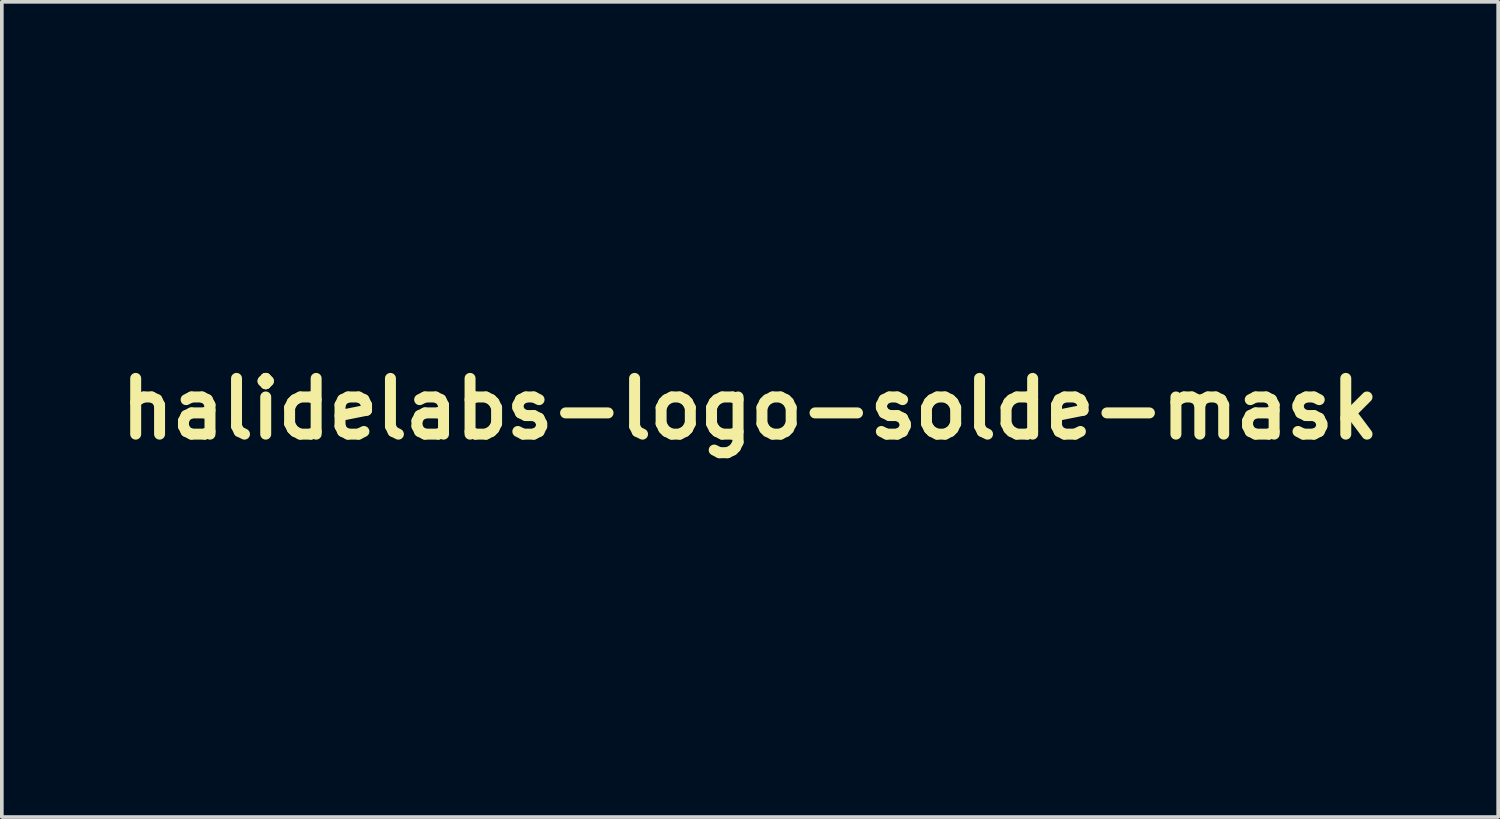
<source format=kicad_pcb>
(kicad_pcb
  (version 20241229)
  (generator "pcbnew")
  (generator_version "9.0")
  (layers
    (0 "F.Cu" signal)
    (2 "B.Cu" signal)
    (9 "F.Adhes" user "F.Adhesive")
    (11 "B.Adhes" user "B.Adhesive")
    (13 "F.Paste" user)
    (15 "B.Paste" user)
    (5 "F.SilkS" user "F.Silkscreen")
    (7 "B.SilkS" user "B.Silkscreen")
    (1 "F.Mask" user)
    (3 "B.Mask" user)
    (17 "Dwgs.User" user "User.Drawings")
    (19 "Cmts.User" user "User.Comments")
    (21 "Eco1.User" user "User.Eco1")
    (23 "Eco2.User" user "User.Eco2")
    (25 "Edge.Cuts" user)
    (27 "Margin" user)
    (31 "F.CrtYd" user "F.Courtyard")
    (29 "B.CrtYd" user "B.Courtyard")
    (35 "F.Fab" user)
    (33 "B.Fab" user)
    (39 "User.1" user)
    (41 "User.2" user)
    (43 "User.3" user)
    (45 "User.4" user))
  (footprint "halidelabs-logo-solde-mask"
    (layer "F.Cu")
    (at 17.461 8.133)
    (property "Reference" "halidelabs-logo-solde-mask" (at 0 0 0) (layer "F.SilkS") (effects (font (size 1.524 1.524) (thickness 0.3))))
    (attr through_hole)
    (fp_poly (pts (xy -2.896 8.128) (xy -3.505 8.128) (xy -3.505 5.918) (xy -2.896 5.918) (xy -2.896 8.128)) (stroke (width 0.01) (type solid)) (fill yes) (layer "F.Mask"))
    (fp_poly (pts (xy -9.525 6.223) (xy -8.28 6.223) (xy -8.28 4.953) (xy -7.62 4.953) (xy -7.62 8.128) (xy -8.28 8.128) (xy -8.28 6.858) (xy -9.525 6.858) (xy -9.525 8.128) (xy -10.16 8.128) (xy -10.16 4.953) (xy -9.525 4.953) (xy -9.525 6.223)) (stroke (width 0.01) (type solid)) (fill yes) (layer "F.Mask"))
    (fp_poly (pts (xy -3.107 4.964) (xy -3.001 5.011) (xy -2.919 5.102) (xy -2.893 5.148) (xy -2.857 5.274) (xy -2.868 5.394) (xy -2.923 5.499) (xy -3.018 5.581) (xy -3.064 5.604) (xy -3.176 5.635) (xy -3.281 5.625) (xy -3.346 5.601) (xy -3.438 5.535) (xy -3.501 5.433) (xy -3.53 5.306) (xy -3.531 5.276) (xy -3.524 5.191) (xy -3.497 5.126) (xy -3.447 5.064) (xy -3.379 5.002) (xy -3.307 4.971) (xy -3.24 4.959) (xy -3.107 4.964)) (stroke (width 0.01) (type solid)) (fill yes) (layer "F.Mask"))
    (fp_poly (pts (xy 2.821 6.026) (xy 2.821 6.337) (xy 2.822 6.601) (xy 2.824 6.822) (xy 2.827 7.005) (xy 2.831 7.153) (xy 2.837 7.27) (xy 2.845 7.36) (xy 2.856 7.428) (xy 2.869 7.477) (xy 2.885 7.511) (xy 2.905 7.535) (xy 2.928 7.552) (xy 2.946 7.562) (xy 3.004 7.578) (xy 3.1 7.589) (xy 3.219 7.594) (xy 3.243 7.594) (xy 3.475 7.595) (xy 3.491 7.791) (xy 3.5 7.896) (xy 3.509 7.989) (xy 3.517 8.051) (xy 3.518 8.056) (xy 3.513 8.117) (xy 3.489 8.138) (xy 3.437 8.148) (xy 3.346 8.153) (xy 3.227 8.155) (xy 3.094 8.153) (xy 2.958 8.148) (xy 2.83 8.141) (xy 2.723 8.132) (xy 2.648 8.12) (xy 2.63 8.116) (xy 2.524 8.069) (xy 2.443 8.009) (xy 2.374 7.922) (xy 2.311 7.81) (xy 2.223 7.634) (xy 2.215 6.167) (xy 2.207 4.699) (xy 2.819 4.699) (xy 2.821 6.026)) (stroke (width 0.01) (type solid)) (fill yes) (layer "F.Mask"))
    (fp_poly (pts (xy -4.42 6.087) (xy -4.417 6.387) (xy -4.414 6.64) (xy -4.411 6.851) (xy -4.409 7.023) (xy -4.406 7.161) (xy -4.402 7.269) (xy -4.398 7.351) (xy -4.392 7.411) (xy -4.386 7.453) (xy -4.379 7.482) (xy -4.37 7.501) (xy -4.359 7.515) (xy -4.359 7.515) (xy -4.319 7.549) (xy -4.263 7.572) (xy -4.183 7.588) (xy -4.067 7.598) (xy -3.962 7.603) (xy -3.772 7.61) (xy -3.751 7.86) (xy -3.743 7.982) (xy -3.742 8.062) (xy -3.748 8.109) (xy -3.763 8.131) (xy -3.764 8.132) (xy -3.805 8.141) (xy -3.886 8.147) (xy -3.994 8.151) (xy -4.121 8.151) (xy -4.253 8.149) (xy -4.381 8.144) (xy -4.492 8.137) (xy -4.576 8.128) (xy -4.617 8.119) (xy -4.761 8.041) (xy -4.876 7.921) (xy -4.962 7.76) (xy -5.018 7.558) (xy -5.03 7.478) (xy -5.036 7.403) (xy -5.041 7.281) (xy -5.045 7.115) (xy -5.048 6.911) (xy -5.05 6.67) (xy -5.05 6.397) (xy -5.05 6.096) (xy -5.049 5.994) (xy -5.042 4.712) (xy -4.432 4.712) (xy -4.42 6.087)) (stroke (width 0.01) (type solid)) (fill yes) (layer "F.Mask"))
    (fp_poly (pts (xy -0.356 8.128) (xy -0.962 8.128) (xy -0.978 7.949) (xy -1.067 8.01) (xy -1.229 8.092) (xy -1.415 8.14) (xy -1.614 8.152) (xy -1.81 8.126) (xy -1.866 8.111) (xy -2.065 8.025) (xy -2.237 7.898) (xy -2.379 7.736) (xy -2.487 7.544) (xy -2.558 7.325) (xy -2.589 7.085) (xy -2.591 7.023) (xy -2.586 6.964) (xy -1.982 6.964) (xy -1.979 7.12) (xy -1.944 7.269) (xy -1.879 7.398) (xy -1.822 7.463) (xy -1.697 7.545) (xy -1.551 7.585) (xy -1.394 7.58) (xy -1.339 7.568) (xy -1.217 7.51) (xy -1.111 7.415) (xy -1.034 7.297) (xy -1.029 7.283) (xy -0.996 7.154) (xy -0.987 7.004) (xy -1.002 6.857) (xy -1.029 6.763) (xy -1.106 6.634) (xy -1.213 6.538) (xy -1.342 6.479) (xy -1.482 6.457) (xy -1.625 6.475) (xy -1.759 6.537) (xy -1.806 6.572) (xy -1.895 6.678) (xy -1.954 6.813) (xy -1.982 6.964) (xy -2.586 6.964) (xy -2.569 6.773) (xy -2.506 6.546) (xy -2.403 6.346) (xy -2.262 6.176) (xy -2.086 6.04) (xy -1.986 5.986) (xy -1.9 5.948) (xy -1.827 5.924) (xy -1.751 5.911) (xy -1.654 5.906) (xy -1.572 5.906) (xy -1.455 5.907) (xy -1.371 5.913) (xy -1.302 5.928) (xy -1.232 5.956) (xy -1.146 5.998) (xy -0.965 6.091) (xy -0.965 4.928) (xy -0.356 4.928) (xy -0.356 8.128)) (stroke (width 0.01) (type solid)) (fill yes) (layer "F.Mask"))
    (fp_poly (pts (xy 6.624 5.517) (xy 6.63 6.094) (xy 6.722 6.031) (xy 6.893 5.945) (xy 7.081 5.901) (xy 7.278 5.897) (xy 7.477 5.932) (xy 7.668 6.005) (xy 7.842 6.114) (xy 7.964 6.228) (xy 8.067 6.369) (xy 8.153 6.543) (xy 8.215 6.731) (xy 8.238 6.845) (xy 8.249 7.074) (xy 8.219 7.296) (xy 8.152 7.507) (xy 8.051 7.698) (xy 7.921 7.863) (xy 7.763 7.995) (xy 7.601 8.079) (xy 7.498 8.109) (xy 7.37 8.131) (xy 7.234 8.144) (xy 7.105 8.148) (xy 7 8.14) (xy 6.959 8.131) (xy 6.868 8.094) (xy 6.771 8.046) (xy 6.693 7.996) (xy 6.674 7.981) (xy 6.645 7.96) (xy 6.632 7.972) (xy 6.629 8.025) (xy 6.629 8.036) (xy 6.629 8.13) (xy 6.318 8.122) (xy 6.007 8.115) (xy 6.007 7.077) (xy 6.629 7.077) (xy 6.657 7.225) (xy 6.716 7.359) (xy 6.803 7.468) (xy 6.916 7.545) (xy 6.947 7.557) (xy 7.068 7.588) (xy 7.179 7.588) (xy 7.271 7.568) (xy 7.405 7.506) (xy 7.509 7.405) (xy 7.582 7.271) (xy 7.619 7.108) (xy 7.623 7.023) (xy 7.616 6.916) (xy 7.597 6.812) (xy 7.581 6.761) (xy 7.507 6.637) (xy 7.403 6.544) (xy 7.28 6.485) (xy 7.146 6.459) (xy 7.01 6.469) (xy 6.884 6.517) (xy 6.776 6.603) (xy 6.749 6.636) (xy 6.673 6.773) (xy 6.634 6.923) (xy 6.629 7.077) (xy 6.007 7.077) (xy 6.007 4.94) (xy 6.617 4.94) (xy 6.624 5.517)) (stroke (width 0.01) (type solid)) (fill yes) (layer "F.Mask"))
    (fp_poly (pts (xy 1.074 5.907) (xy 1.242 5.927) (xy 1.377 5.965) (xy 1.554 6.062) (xy 1.707 6.199) (xy 1.832 6.37) (xy 1.926 6.567) (xy 1.984 6.785) (xy 2.003 7.016) (xy 2.001 7.067) (xy 1.994 7.226) (xy 1.263 7.233) (xy 0.533 7.24) (xy 0.584 7.341) (xy 0.669 7.454) (xy 0.782 7.534) (xy 0.913 7.578) (xy 1.054 7.584) (xy 1.192 7.551) (xy 1.318 7.477) (xy 1.332 7.466) (xy 1.418 7.39) (xy 1.662 7.511) (xy 1.761 7.563) (xy 1.841 7.609) (xy 1.892 7.645) (xy 1.905 7.661) (xy 1.885 7.712) (xy 1.83 7.78) (xy 1.75 7.857) (xy 1.655 7.934) (xy 1.554 8.003) (xy 1.481 8.044) (xy 1.381 8.091) (xy 1.301 8.12) (xy 1.22 8.136) (xy 1.119 8.143) (xy 1.058 8.145) (xy 0.92 8.144) (xy 0.796 8.134) (xy 0.708 8.118) (xy 0.493 8.031) (xy 0.306 7.904) (xy 0.15 7.744) (xy 0.028 7.555) (xy -0.054 7.343) (xy -0.094 7.114) (xy -0.095 6.937) (xy -0.073 6.807) (xy 0.536 6.807) (xy 1.42 6.807) (xy 1.393 6.73) (xy 1.33 6.621) (xy 1.23 6.532) (xy 1.107 6.473) (xy 0.975 6.452) (xy 0.86 6.473) (xy 0.745 6.529) (xy 0.645 6.609) (xy 0.575 6.704) (xy 0.561 6.735) (xy 0.536 6.807) (xy -0.073 6.807) (xy -0.055 6.7) (xy 0.027 6.483) (xy 0.149 6.292) (xy 0.305 6.131) (xy 0.493 6.006) (xy 0.59 5.962) (xy 0.729 5.924) (xy 0.897 5.906) (xy 1.074 5.907)) (stroke (width 0.01) (type solid)) (fill yes) (layer "F.Mask"))
    (fp_poly (pts (xy 9.395 5.908) (xy 9.486 5.917) (xy 9.561 5.935) (xy 9.636 5.964) (xy 9.653 5.972) (xy 9.831 6.076) (xy 9.963 6.202) (xy 10.034 6.314) (xy 10.064 6.382) (xy 10.078 6.429) (xy 10.078 6.441) (xy 10.05 6.452) (xy 9.984 6.474) (xy 9.894 6.502) (xy 9.845 6.516) (xy 9.625 6.58) (xy 9.54 6.491) (xy 9.486 6.438) (xy 9.437 6.411) (xy 9.372 6.402) (xy 9.312 6.401) (xy 9.216 6.406) (xy 9.153 6.425) (xy 9.119 6.452) (xy 9.079 6.502) (xy 9.07 6.548) (xy 9.095 6.592) (xy 9.158 6.638) (xy 9.263 6.689) (xy 9.412 6.748) (xy 9.47 6.769) (xy 9.685 6.853) (xy 9.854 6.938) (xy 9.981 7.027) (xy 10.071 7.125) (xy 10.128 7.237) (xy 10.155 7.367) (xy 10.16 7.462) (xy 10.136 7.638) (xy 10.067 7.795) (xy 9.956 7.928) (xy 9.805 8.034) (xy 9.703 8.081) (xy 9.559 8.119) (xy 9.387 8.141) (xy 9.209 8.144) (xy 9.044 8.128) (xy 8.986 8.115) (xy 8.883 8.085) (xy 8.782 8.047) (xy 8.737 8.026) (xy 8.639 7.966) (xy 8.546 7.892) (xy 8.465 7.812) (xy 8.403 7.734) (xy 8.369 7.667) (xy 8.37 7.619) (xy 8.37 7.619) (xy 8.399 7.596) (xy 8.462 7.559) (xy 8.547 7.512) (xy 8.589 7.491) (xy 8.792 7.389) (xy 8.879 7.465) (xy 9.007 7.545) (xy 9.16 7.585) (xy 9.308 7.585) (xy 9.413 7.56) (xy 9.485 7.518) (xy 9.517 7.463) (xy 9.515 7.424) (xy 9.501 7.395) (xy 9.475 7.369) (xy 9.429 7.341) (xy 9.356 7.309) (xy 9.248 7.268) (xy 9.142 7.229) (xy 9.024 7.186) (xy 8.912 7.142) (xy 8.823 7.103) (xy 8.791 7.088) (xy 8.637 6.986) (xy 8.525 6.861) (xy 8.456 6.72) (xy 8.431 6.57) (xy 8.451 6.416) (xy 8.518 6.265) (xy 8.623 6.132) (xy 8.735 6.035) (xy 8.853 5.968) (xy 8.989 5.927) (xy 9.154 5.909) (xy 9.271 5.906) (xy 9.395 5.908)) (stroke (width 0.01) (type solid)) (fill yes) (layer "F.Mask"))
    (fp_poly (pts (xy -6.065 5.92) (xy -5.923 5.952) (xy -5.919 5.954) (xy -5.772 6.029) (xy -5.636 6.141) (xy -5.527 6.277) (xy -5.483 6.357) (xy -5.466 6.395) (xy -5.453 6.433) (xy -5.443 6.475) (xy -5.435 6.529) (xy -5.429 6.601) (xy -5.424 6.695) (xy -5.421 6.819) (xy -5.418 6.979) (xy -5.416 7.18) (xy -5.415 7.309) (xy -5.406 8.128) (xy -6.02 8.128) (xy -6.02 7.922) (xy -6.108 7.989) (xy -6.236 8.062) (xy -6.396 8.114) (xy -6.574 8.145) (xy -6.754 8.152) (xy -6.92 8.132) (xy -6.976 8.117) (xy -7.131 8.046) (xy -7.248 7.941) (xy -7.326 7.804) (xy -7.362 7.639) (xy -7.365 7.568) (xy -7.362 7.536) (xy -6.753 7.536) (xy -6.719 7.605) (xy -6.706 7.62) (xy -6.642 7.654) (xy -6.549 7.67) (xy -6.443 7.669) (xy -6.342 7.647) (xy -6.333 7.644) (xy -6.213 7.572) (xy -6.116 7.463) (xy -6.051 7.325) (xy -6.034 7.256) (xy -6.026 7.194) (xy -6.033 7.169) (xy -6.061 7.17) (xy -6.063 7.171) (xy -6.107 7.182) (xy -6.186 7.202) (xy -6.289 7.226) (xy -6.35 7.241) (xy -6.473 7.273) (xy -6.559 7.303) (xy -6.621 7.336) (xy -6.673 7.379) (xy -6.674 7.38) (xy -6.738 7.463) (xy -6.753 7.536) (xy -7.362 7.536) (xy -7.344 7.387) (xy -7.281 7.233) (xy -7.174 7.104) (xy -7.023 6.997) (xy -6.978 6.974) (xy -6.902 6.944) (xy -6.791 6.908) (xy -6.658 6.87) (xy -6.519 6.835) (xy -6.503 6.832) (xy -6.339 6.793) (xy -6.218 6.76) (xy -6.135 6.729) (xy -6.083 6.697) (xy -6.055 6.661) (xy -6.046 6.618) (xy -6.045 6.605) (xy -6.068 6.527) (xy -6.131 6.465) (xy -6.224 6.422) (xy -6.338 6.404) (xy -6.443 6.413) (xy -6.52 6.443) (xy -6.601 6.498) (xy -6.67 6.564) (xy -6.709 6.626) (xy -6.722 6.642) (xy -6.756 6.646) (xy -6.818 6.638) (xy -6.92 6.618) (xy -6.922 6.617) (xy -7.046 6.591) (xy -7.129 6.571) (xy -7.178 6.555) (xy -7.204 6.539) (xy -7.212 6.519) (xy -7.214 6.493) (xy -7.192 6.405) (xy -7.133 6.305) (xy -7.045 6.201) (xy -6.938 6.103) (xy -6.818 6.019) (xy -6.708 5.964) (xy -6.573 5.927) (xy -6.408 5.907) (xy -6.233 5.905) (xy -6.065 5.92)) (stroke (width 0.01) (type solid)) (fill yes) (layer "F.Mask"))
    (fp_poly (pts (xy 5.068 5.929) (xy 5.162 5.957) (xy 5.306 6.031) (xy 5.438 6.141) (xy 5.544 6.275) (xy 5.592 6.37) (xy 5.609 6.413) (xy 5.622 6.455) (xy 5.632 6.502) (xy 5.64 6.562) (xy 5.645 6.639) (xy 5.65 6.741) (xy 5.653 6.874) (xy 5.656 7.043) (xy 5.658 7.255) (xy 5.659 7.322) (xy 5.667 8.128) (xy 5.055 8.128) (xy 5.055 8.022) (xy 5.053 7.958) (xy 5.044 7.935) (xy 5.022 7.947) (xy 5.009 7.958) (xy 4.963 7.99) (xy 4.888 8.032) (xy 4.813 8.068) (xy 4.72 8.106) (xy 4.631 8.129) (xy 4.524 8.141) (xy 4.432 8.146) (xy 4.273 8.144) (xy 4.147 8.13) (xy 4.095 8.117) (xy 3.944 8.044) (xy 3.827 7.938) (xy 3.746 7.805) (xy 3.705 7.654) (xy 3.705 7.491) (xy 3.709 7.478) (xy 4.327 7.478) (xy 4.33 7.558) (xy 4.369 7.62) (xy 4.432 7.654) (xy 4.526 7.67) (xy 4.632 7.669) (xy 4.732 7.647) (xy 4.742 7.644) (xy 4.853 7.577) (xy 4.947 7.473) (xy 5.012 7.344) (xy 5.02 7.32) (xy 5.04 7.244) (xy 5.05 7.19) (xy 5.049 7.174) (xy 5.019 7.174) (xy 4.953 7.186) (xy 4.862 7.206) (xy 4.757 7.233) (xy 4.651 7.262) (xy 4.555 7.291) (xy 4.48 7.316) (xy 4.444 7.332) (xy 4.366 7.399) (xy 4.327 7.478) (xy 3.709 7.478) (xy 3.75 7.323) (xy 3.771 7.276) (xy 3.83 7.177) (xy 3.905 7.093) (xy 4.001 7.022) (xy 4.126 6.961) (xy 4.286 6.905) (xy 4.487 6.851) (xy 4.579 6.83) (xy 4.743 6.791) (xy 4.863 6.758) (xy 4.945 6.726) (xy 4.996 6.694) (xy 5.022 6.657) (xy 5.029 6.615) (xy 5.006 6.535) (xy 4.943 6.47) (xy 4.851 6.425) (xy 4.739 6.405) (xy 4.636 6.412) (xy 4.548 6.444) (xy 4.463 6.501) (xy 4.4 6.569) (xy 4.38 6.608) (xy 4.372 6.63) (xy 4.36 6.644) (xy 4.335 6.649) (xy 4.29 6.645) (xy 4.215 6.631) (xy 4.104 6.607) (xy 4.022 6.589) (xy 3.929 6.568) (xy 3.876 6.551) (xy 3.854 6.532) (xy 3.853 6.505) (xy 3.86 6.48) (xy 3.925 6.334) (xy 4.03 6.195) (xy 4.163 6.075) (xy 4.284 6) (xy 4.458 5.936) (xy 4.658 5.902) (xy 4.867 5.9) (xy 5.068 5.929)) (stroke (width 0.01) (type solid)) (fill yes) (layer "F.Mask"))
    (fp_poly (pts (xy 3.994 -8.123) (xy 4.031 -8.104) (xy 4.046 -8.064) (xy 4.04 -7.997) (xy 4.014 -7.896) (xy 3.968 -7.755) (xy 3.965 -7.747) (xy 3.926 -7.631) (xy 3.893 -7.533) (xy 3.871 -7.463) (xy 3.861 -7.431) (xy 3.861 -7.43) (xy 3.881 -7.412) (xy 3.933 -7.382) (xy 3.965 -7.365) (xy 4.063 -7.303) (xy 4.165 -7.221) (xy 4.257 -7.132) (xy 4.323 -7.049) (xy 4.335 -7.027) (xy 4.367 -6.929) (xy 4.37 -6.83) (xy 4.343 -6.748) (xy 4.329 -6.729) (xy 4.3 -6.689) (xy 4.295 -6.67) (xy 4.319 -6.652) (xy 4.376 -6.613) (xy 4.455 -6.56) (xy 4.501 -6.529) (xy 4.641 -6.429) (xy 4.734 -6.346) (xy 4.782 -6.279) (xy 4.785 -6.227) (xy 4.785 -6.225) (xy 4.772 -6.178) (xy 4.759 -6.101) (xy 4.752 -6.045) (xy 4.739 -5.959) (xy 4.718 -5.909) (xy 4.684 -5.882) (xy 4.68 -5.88) (xy 4.63 -5.844) (xy 4.609 -5.813) (xy 4.592 -5.781) (xy 4.561 -5.758) (xy 4.506 -5.742) (xy 4.42 -5.73) (xy 4.296 -5.721) (xy 4.208 -5.716) (xy 4.077 -5.709) (xy 3.987 -5.701) (xy 3.929 -5.69) (xy 3.893 -5.675) (xy 3.871 -5.653) (xy 3.842 -5.592) (xy 3.835 -5.552) (xy 3.825 -5.51) (xy 3.797 -5.433) (xy 3.755 -5.333) (xy 3.709 -5.233) (xy 3.664 -5.134) (xy 3.628 -5.049) (xy 3.6 -4.967) (xy 3.576 -4.877) (xy 3.554 -4.767) (xy 3.529 -4.626) (xy 3.508 -4.496) (xy 3.48 -4.31) (xy 3.453 -4.106) (xy 3.43 -3.903) (xy 3.411 -3.721) (xy 3.404 -3.636) (xy 3.362 -3.223) (xy 3.301 -2.851) (xy 3.22 -2.522) (xy 3.119 -2.238) (xy 3.042 -2.075) (xy 2.992 -1.996) (xy 2.917 -1.895) (xy 2.828 -1.784) (xy 2.737 -1.68) (xy 2.564 -1.478) (xy 2.403 -1.267) (xy 2.262 -1.056) (xy 2.15 -0.858) (xy 2.105 -0.761) (xy 2.057 -0.659) (xy 2.009 -0.564) (xy 1.968 -0.496) (xy 1.964 -0.49) (xy 1.901 -0.414) (xy 1.827 -0.337) (xy 1.754 -0.27) (xy 1.693 -0.225) (xy 1.672 -0.215) (xy 1.648 -0.201) (xy 1.627 -0.173) (xy 1.608 -0.126) (xy 1.588 -0.052) (xy 1.566 0.053) (xy 1.54 0.196) (xy 1.51 0.381) (xy 1.501 0.445) (xy 1.473 0.614) (xy 1.447 0.76) (xy 1.42 0.893) (xy 1.389 1.025) (xy 1.35 1.169) (xy 1.302 1.335) (xy 1.242 1.534) (xy 1.225 1.587) (xy 1.179 1.794) (xy 1.163 2.021) (xy 1.176 2.275) (xy 1.215 2.54) (xy 1.239 2.678) (xy 1.261 2.819) (xy 1.278 2.943) (xy 1.285 3.01) (xy 1.301 3.123) (xy 1.33 3.216) (xy 1.38 3.313) (xy 1.4 3.346) (xy 1.448 3.424) (xy 1.483 3.485) (xy 1.498 3.516) (xy 1.499 3.517) (xy 1.475 3.522) (xy 1.409 3.526) (xy 1.31 3.529) (xy 1.187 3.53) (xy 1.13 3.531) (xy 0.987 3.53) (xy 0.887 3.529) (xy 0.822 3.525) (xy 0.784 3.517) (xy 0.767 3.505) (xy 0.762 3.486) (xy 0.762 3.473) (xy 0.773 3.413) (xy 0.801 3.339) (xy 0.806 3.327) (xy 0.829 3.279) (xy 0.836 3.24) (xy 0.825 3.196) (xy 0.794 3.13) (xy 0.772 3.086) (xy 0.717 2.966) (xy 0.67 2.829) (xy 0.629 2.664) (xy 0.59 2.463) (xy 0.574 2.361) (xy 0.55 2.234) (xy 0.514 2.081) (xy 0.473 1.923) (xy 0.442 1.815) (xy 0.385 1.627) (xy 0.343 1.47) (xy 0.311 1.329) (xy 0.288 1.189) (xy 0.269 1.033) (xy 0.253 0.845) (xy 0.251 0.826) (xy 0.242 0.666) (xy 0.237 0.494) (xy 0.236 0.32) (xy 0.238 0.153) (xy 0.245 0.006) (xy 0.255 -0.113) (xy 0.268 -0.191) (xy 0.268 -0.191) (xy 0.272 -0.209) (xy 0.266 -0.222) (xy 0.246 -0.231) (xy 0.204 -0.236) (xy 0.134 -0.238) (xy 0.03 -0.237) (xy -0.115 -0.235) (xy -0.214 -0.233) (xy -0.468 -0.23) (xy -0.683 -0.235) (xy -0.87 -0.249) (xy -1.041 -0.271) (xy -1.206 -0.304) (xy -1.32 -0.333) (xy -1.534 -0.406) (xy -1.732 -0.505) (xy -1.906 -0.623) (xy -2.047 -0.754) (xy -2.149 -0.893) (xy -2.17 -0.935) (xy -2.218 -1.042) (xy -2.299 -0.827) (xy -2.369 -0.662) (xy -2.447 -0.527) (xy -2.548 -0.402) (xy -2.631 -0.315) (xy -2.682 -0.262) (xy -2.718 -0.211) (xy -2.745 -0.148) (xy -2.771 -0.06) (xy -2.794 0.037) (xy -2.846 0.229) (xy -2.913 0.399) (xy -3.001 0.556) (xy -3.117 0.712) (xy -3.267 0.878) (xy -3.354 0.965) (xy -3.463 1.081) (xy -3.542 1.192) (xy -3.594 1.309) (xy -3.625 1.444) (xy -3.639 1.611) (xy -3.641 1.727) (xy -3.639 1.852) (xy -3.631 1.974) (xy -3.616 2.105) (xy -3.593 2.257) (xy -3.56 2.443) (xy -3.546 2.515) (xy -3.517 2.67) (xy -3.489 2.811) (xy -3.466 2.929) (xy -3.449 3.016) (xy -3.439 3.062) (xy -3.438 3.064) (xy -3.411 3.112) (xy -3.358 3.171) (xy -3.325 3.199) (xy -3.252 3.269) (xy -3.196 3.341) (xy -3.165 3.406) (xy -3.164 3.452) (xy -3.169 3.458) (xy -3.203 3.468) (xy -3.276 3.474) (xy -3.373 3.476) (xy -3.419 3.474) (xy -3.645 3.467) (xy -3.653 3.389) (xy -3.671 3.33) (xy -3.719 3.258) (xy -3.803 3.164) (xy -3.821 3.145) (xy -3.916 3.037) (xy -4.001 2.915) (xy -4.08 2.772) (xy -4.157 2.6) (xy -4.236 2.392) (xy -4.303 2.192) (xy -4.386 1.921) (xy -4.446 1.686) (xy -4.482 1.479) (xy -4.494 1.29) (xy -4.483 1.111) (xy -4.449 0.934) (xy -4.391 0.749) (xy -4.309 0.548) (xy -4.293 0.512) (xy -4.222 0.336) (xy -4.182 0.181) (xy -4.169 0.028) (xy -4.181 -0.141) (xy -4.189 -0.197) (xy -4.216 -0.342) (xy -4.254 -0.514) (xy -4.3 -0.7) (xy -4.35 -0.885) (xy -4.4 -1.055) (xy -4.447 -1.197) (xy -4.469 -1.256) (xy -4.512 -1.376) (xy -4.55 -1.509) (xy -4.571 -1.611) (xy -4.597 -1.739) (xy -4.627 -1.845) (xy -4.659 -1.919) (xy -4.688 -1.954) (xy -4.695 -1.956) (xy -4.718 -1.934) (xy -4.738 -1.886) (xy -4.756 -1.816) (xy -4.789 -1.892) (xy -4.838 -2.067) (xy -4.844 -2.259) (xy -4.81 -2.462) (xy -4.739 -2.669) (xy -4.633 -2.873) (xy -4.495 -3.069) (xy -4.327 -3.249) (xy -4.228 -3.334) (xy -3.966 -3.514) (xy -3.67 -3.662) (xy -3.344 -3.776) (xy -2.994 -3.856) (xy -2.625 -3.902) (xy -2.242 -3.911) (xy -1.85 -3.884) (xy -1.455 -3.819) (xy -1.35 -3.795) (xy -1.118 -3.741) (xy -0.927 -3.697) (xy -0.768 -3.663) (xy -0.632 -3.638) (xy -0.511 -3.62) (xy -0.396 -3.608) (xy -0.278 -3.601) (xy -0.148 -3.597) (xy -0.025 -3.595) (xy 0.141 -3.593) (xy 0.27 -3.589) (xy 0.378 -3.581) (xy 0.477 -3.568) (xy 0.582 -3.548) (xy 0.707 -3.519) (xy 0.809 -3.494) (xy 0.961 -3.457) (xy 1.073 -3.432) (xy 1.154 -3.418) (xy 1.214 -3.414) (xy 1.26 -3.417) (xy 1.295 -3.426) (xy 1.389 -3.463) (xy 1.465 -3.515) (xy 1.528 -3.59) (xy 1.581 -3.694) (xy 1.63 -3.834) (xy 1.677 -4.016) (xy 1.691 -4.077) (xy 1.723 -4.212) (xy 1.765 -4.377) (xy 1.814 -4.557) (xy 1.864 -4.732) (xy 1.884 -4.801) (xy 1.929 -4.95) (xy 1.965 -5.074) (xy 1.994 -5.182) (xy 2.017 -5.283) (xy 2.037 -5.386) (xy 2.054 -5.5) (xy 2.071 -5.635) (xy 2.09 -5.798) (xy 2.111 -5.999) (xy 2.12 -6.087) (xy 2.15 -6.354) (xy 2.181 -6.576) (xy 2.216 -6.761) (xy 2.259 -6.914) (xy 2.311 -7.042) (xy 2.376 -7.151) (xy 2.457 -7.247) (xy 2.557 -7.337) (xy 2.677 -7.428) (xy 2.739 -7.47) (xy 2.864 -7.559) (xy 2.993 -7.66) (xy 3.108 -7.759) (xy 3.182 -7.828) (xy 3.281 -7.924) (xy 3.355 -7.979) (xy 3.406 -7.994) (xy 3.437 -7.969) (xy 3.449 -7.922) (xy 3.445 -7.861) (xy 3.425 -7.777) (xy 3.407 -7.725) (xy 3.383 -7.654) (xy 3.372 -7.607) (xy 3.375 -7.595) (xy 3.401 -7.612) (xy 3.453 -7.66) (xy 3.521 -7.729) (xy 3.597 -7.81) (xy 3.674 -7.895) (xy 3.743 -7.976) (xy 3.769 -8.007) (xy 3.833 -8.081) (xy 3.886 -8.118) (xy 3.936 -8.128) (xy 3.994 -8.123)) (stroke (width 0.01) (type solid)) (fill yes) (layer "F.Mask")))
  (gr_rect
    (start -3 -3)
    (end 37.921 19.293)
    (stroke (width 0.1) (type default))
    (fill no)
    (layer "Edge.Cuts")))
</source>
